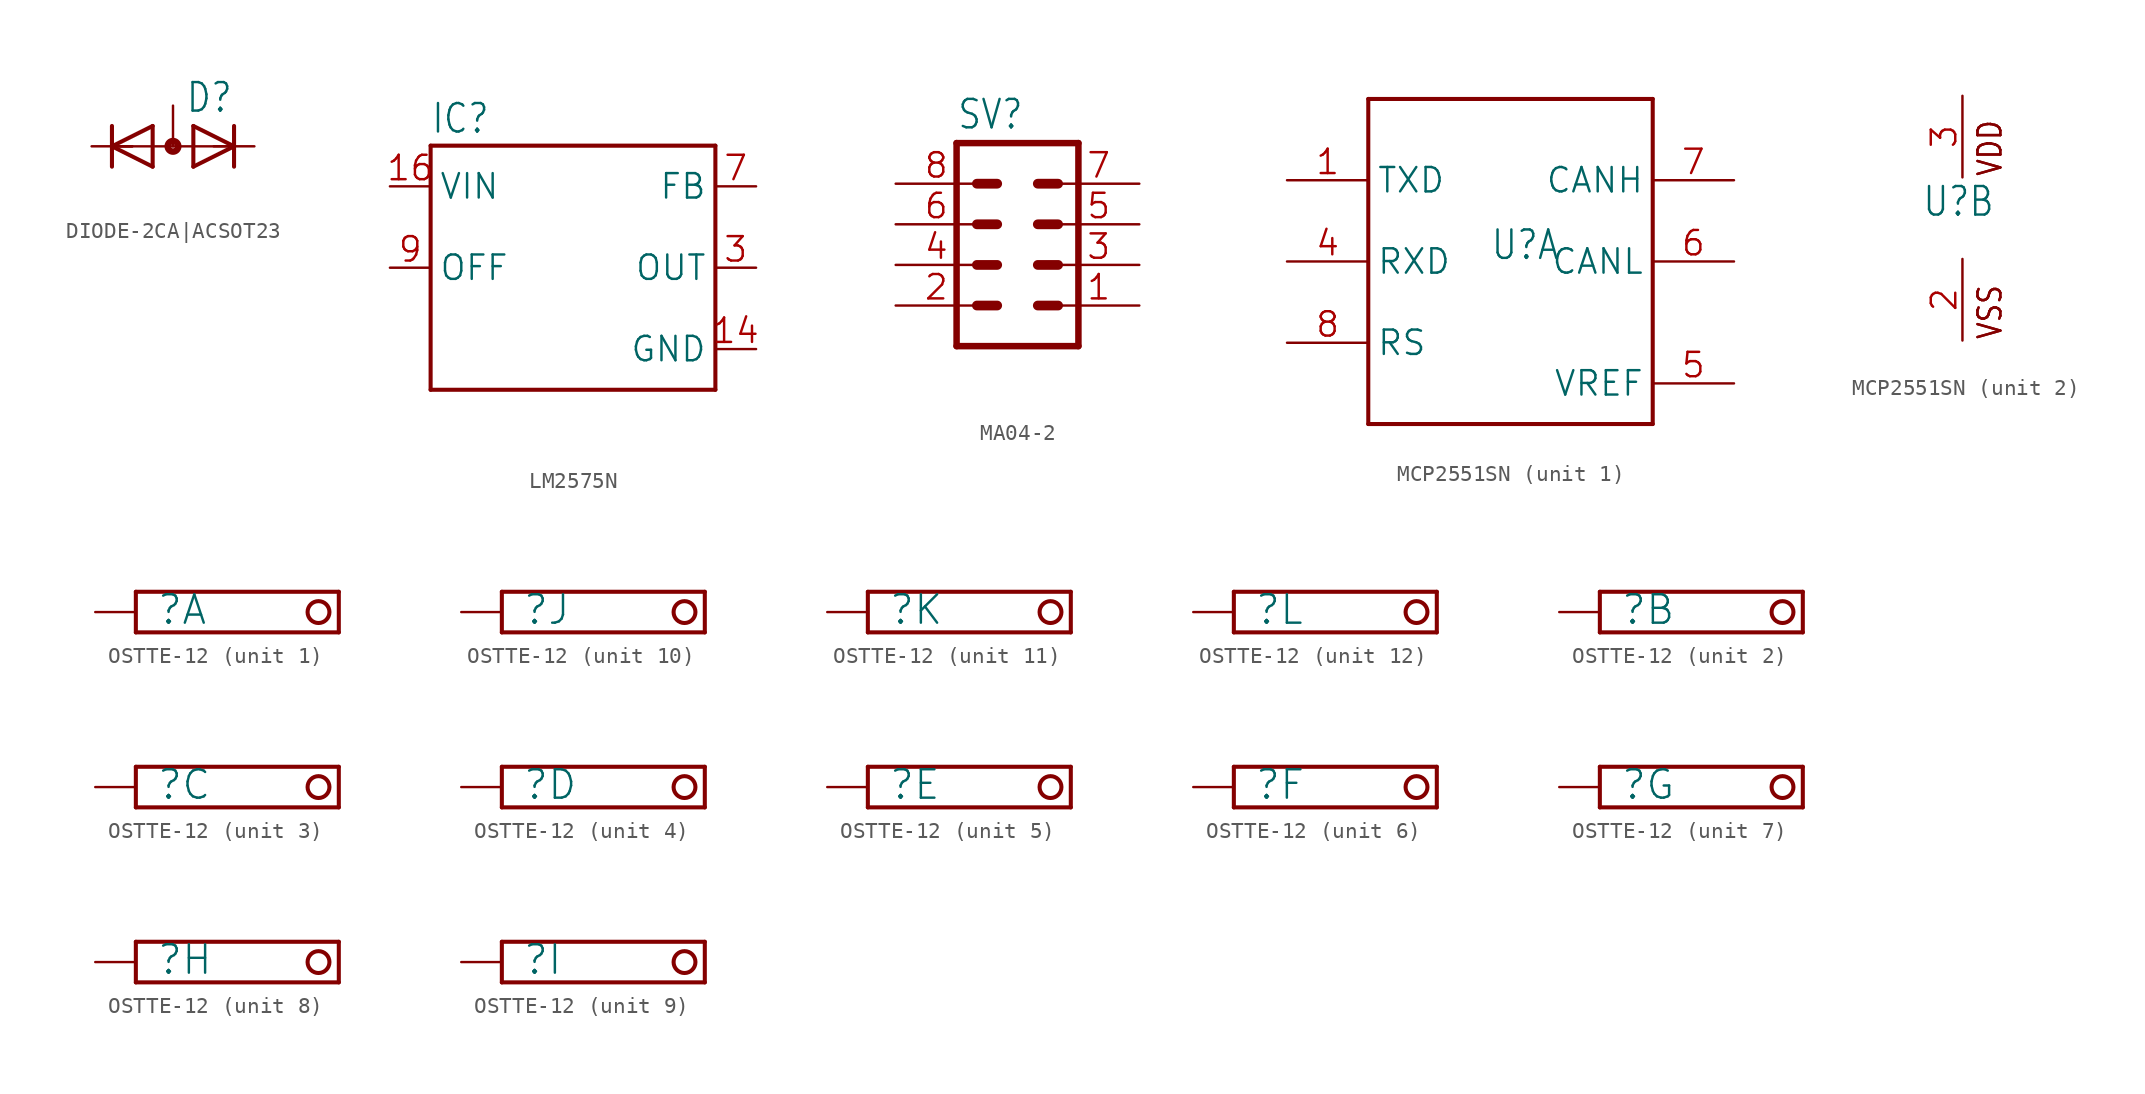
<source format=kicad_sym>
(kicad_symbol_lib
  (version 20241209)
  (generator "kicad_symbol_editor")
  (generator_version "9.0")
  (symbol "DIODE-2CA|ACSOT23"
    (property "Reference" "D"
      (at 0.762 2.007 0)
      (effects (font (size 1.778 1.511)) (justify left bottom)))
    (property "Value" ""
      (at -4.826 -3.454 0)
      (effects (font (size 1.778 1.511)) (justify left bottom)))
    (property "ki_locked" ""
      (at 0 0 0)
      (effects (font (size 1.27 1.27))))
    (symbol "DIODE-2CA|ACSOT23_1_0"
      (polyline (pts (xy -3.81 0) (xy -3.81 1.27)) (stroke (width 0.254) (type solid)) (fill (type none)))
      (polyline (pts (xy -3.81 0) (xy -1.27 -1.27)) (stroke (width 0.254) (type solid)) (fill (type none)))
      (polyline (pts (xy -3.81 0) (xy 3.81 0)) (stroke (width 0.152) (type solid)) (fill (type none)))
      (polyline (pts (xy -3.81 -1.27) (xy -3.81 0)) (stroke (width 0.254) (type solid)) (fill (type none)))
      (polyline (pts (xy -2.54 0) (xy -3.81 0)) (stroke (width 0.152) (type solid)) (fill (type none)))
      (polyline (pts (xy -1.27 1.27) (xy -3.81 0)) (stroke (width 0.254) (type solid)) (fill (type none)))
      (polyline (pts (xy -1.27 -1.27) (xy -1.27 1.27)) (stroke (width 0.254) (type solid)) (fill (type none)))
      (circle (center 0 0) (radius 0.127) (stroke (width 0.406) (type solid)) (fill (type none)))
      (polyline (pts (xy 1.27 1.27) (xy 3.81 0)) (stroke (width 0.254) (type solid)) (fill (type none)))
      (polyline (pts (xy 1.27 -1.27) (xy 1.27 1.27)) (stroke (width 0.254) (type solid)) (fill (type none)))
      (polyline (pts (xy 3.81 0) (xy 1.27 -1.27)) (stroke (width 0.254) (type solid)) (fill (type none)))
      (polyline (pts (xy 3.81 0) (xy 3.81 1.27)) (stroke (width 0.254) (type solid)) (fill (type none)))
      (polyline (pts (xy 3.81 -1.27) (xy 3.81 0)) (stroke (width 0.254) (type solid)) (fill (type none)))
      (pin passive line (at -5.08 0 0) (length 2.54) (name "K1" (effects (font (size 0 0)))) (number "1" (effects (font (size 0 0)))))
      (pin passive line (at 0 2.54 270) (length 2.54) (name "A" (effects (font (size 0 0)))) (number "3" (effects (font (size 0 0)))))
      (pin passive line (at 5.08 0 180) (length 2.54) (name "K2" (effects (font (size 0 0)))) (number "2" (effects (font (size 0 0)))))))
  (symbol "LM2575N"
    (property "Reference" "IC"
      (at -7.62 8.28 0)
      (effects (font (size 1.778 1.511)) (justify left bottom)))
    (property "Value" ""
      (at -7.62 -10.16 0)
      (effects (font (size 1.778 1.511)) (justify left bottom)))
    (property "ki_locked" ""
      (at 0 0 0)
      (effects (font (size 1.27 1.27))))
    (symbol "LM2575N_1_0"
      (polyline (pts (xy -7.62 7.62) (xy -7.62 -7.62)) (stroke (width 0.254) (type solid)) (fill (type none)))
      (polyline (pts (xy -7.62 -7.62) (xy 10.16 -7.62)) (stroke (width 0.254) (type solid)) (fill (type none)))
      (polyline (pts (xy 10.16 7.62) (xy -7.62 7.62)) (stroke (width 0.254) (type solid)) (fill (type none)))
      (polyline (pts (xy 10.16 -7.62) (xy 10.16 7.62)) (stroke (width 0.254) (type solid)) (fill (type none)))
      (pin power_in line (at -10.16 5.08 0) (length 2.54) (name "VIN" (effects (font (size 1.524 1.524)))) (number "16" (effects (font (size 1.524 1.524)))))
      (pin input line (at -10.16 0 0) (length 2.54) (name "OFF" (effects (font (size 1.524 1.524)))) (number "9" (effects (font (size 1.524 1.524)))))
      (pin input line (at 12.7 5.08 180) (length 2.54) (name "FB" (effects (font (size 1.524 1.524)))) (number "7" (effects (font (size 1.524 1.524)))))
      (pin output line (at 12.7 0 180) (length 2.54) (name "OUT" (effects (font (size 1.524 1.524)))) (number "3" (effects (font (size 1.524 1.524)))))
      (pin power_in line (at 12.7 -5.08 180) (length 2.54) (name "GND" (effects (font (size 1.524 1.524)))) (number "14" (effects (font (size 1.524 1.524)))))))
  (symbol "MA04-2"
    (property "Reference" "SV"
      (at -3.81 5.842 0)
      (effects (font (size 1.778 1.511)) (justify left bottom)))
    (property "Value" ""
      (at -3.81 -10.16 0)
      (effects (font (size 1.778 1.511)) (justify left bottom)))
    (property "ki_locked" ""
      (at 0 0 0)
      (effects (font (size 1.27 1.27))))
    (symbol "MA04-2_1_0"
      (polyline (pts (xy -3.81 5.08) (xy -3.81 -7.62)) (stroke (width 0.406) (type solid)) (fill (type none)))
      (polyline (pts (xy -3.81 5.08) (xy 3.81 5.08)) (stroke (width 0.406) (type solid)) (fill (type none)))
      (polyline (pts (xy -2.54 2.54) (xy -1.27 2.54)) (stroke (width 0.61) (type solid)) (fill (type none)))
      (polyline (pts (xy -2.54 0) (xy -1.27 0)) (stroke (width 0.61) (type solid)) (fill (type none)))
      (polyline (pts (xy -2.54 -2.54) (xy -1.27 -2.54)) (stroke (width 0.61) (type solid)) (fill (type none)))
      (polyline (pts (xy -2.54 -5.08) (xy -1.27 -5.08)) (stroke (width 0.61) (type solid)) (fill (type none)))
      (polyline (pts (xy 1.27 2.54) (xy 2.54 2.54)) (stroke (width 0.61) (type solid)) (fill (type none)))
      (polyline (pts (xy 1.27 0) (xy 2.54 0)) (stroke (width 0.61) (type solid)) (fill (type none)))
      (polyline (pts (xy 1.27 -2.54) (xy 2.54 -2.54)) (stroke (width 0.61) (type solid)) (fill (type none)))
      (polyline (pts (xy 1.27 -5.08) (xy 2.54 -5.08)) (stroke (width 0.61) (type solid)) (fill (type none)))
      (polyline (pts (xy 3.81 -7.62) (xy -3.81 -7.62)) (stroke (width 0.406) (type solid)) (fill (type none)))
      (polyline (pts (xy 3.81 -7.62) (xy 3.81 5.08)) (stroke (width 0.406) (type solid)) (fill (type none)))
      (pin passive line (at -7.62 2.54 0) (length 5.08) (name "8" (effects (font (size 0 0)))) (number "8" (effects (font (size 1.524 1.524)))))
      (pin passive line (at -7.62 0 0) (length 5.08) (name "6" (effects (font (size 0 0)))) (number "6" (effects (font (size 1.524 1.524)))))
      (pin passive line (at -7.62 -2.54 0) (length 5.08) (name "4" (effects (font (size 0 0)))) (number "4" (effects (font (size 1.524 1.524)))))
      (pin passive line (at -7.62 -5.08 0) (length 5.08) (name "2" (effects (font (size 0 0)))) (number "2" (effects (font (size 1.524 1.524)))))
      (pin passive line (at 7.62 2.54 180) (length 5.08) (name "7" (effects (font (size 0 0)))) (number "7" (effects (font (size 1.524 1.524)))))
      (pin passive line (at 7.62 0 180) (length 5.08) (name "5" (effects (font (size 0 0)))) (number "5" (effects (font (size 1.524 1.524)))))
      (pin passive line (at 7.62 -2.54 180) (length 5.08) (name "3" (effects (font (size 0 0)))) (number "3" (effects (font (size 1.524 1.524)))))
      (pin passive line (at 7.62 -5.08 180) (length 5.08) (name "1" (effects (font (size 0 0)))) (number "1" (effects (font (size 1.524 1.524)))))))
  (symbol "MCP2551SN"
    (property "Reference" "U"
      (at -2.54 0 0)
      (effects (font (size 1.778 1.511)) (justify left bottom)))
    (property "ki_locked" ""
      (at 0 0 0)
      (effects (font (size 1.27 1.27))))
    (symbol "MCP2551SN_1_0"
      (polyline (pts (xy -10.16 10.16) (xy -10.16 -10.16)) (stroke (width 0.254) (type solid)) (fill (type none)))
      (polyline (pts (xy -10.16 -10.16) (xy 7.62 -10.16)) (stroke (width 0.254) (type solid)) (fill (type none)))
      (polyline (pts (xy 7.62 10.16) (xy -10.16 10.16)) (stroke (width 0.254) (type solid)) (fill (type none)))
      (polyline (pts (xy 7.62 -10.16) (xy 7.62 10.16)) (stroke (width 0.254) (type solid)) (fill (type none)))
      (pin input line (at -15.24 5.08 0) (length 5.08) (name "TXD" (effects (font (size 1.524 1.524)))) (number "1" (effects (font (size 1.524 1.524)))))
      (pin output line (at -15.24 0 0) (length 5.08) (name "RXD" (effects (font (size 1.524 1.524)))) (number "4" (effects (font (size 1.524 1.524)))))
      (pin input line (at -15.24 -5.08 0) (length 5.08) (name "RS" (effects (font (size 1.524 1.524)))) (number "8" (effects (font (size 1.524 1.524)))))
      (pin bidirectional line (at 12.7 5.08 180) (length 5.08) (name "CANH" (effects (font (size 1.524 1.524)))) (number "7" (effects (font (size 1.524 1.524)))))
      (pin bidirectional line (at 12.7 0 180) (length 5.08) (name "CANL" (effects (font (size 1.524 1.524)))) (number "6" (effects (font (size 1.524 1.524)))))
      (pin power_in line (at 12.7 -7.62 180) (length 5.08) (name "VREF" (effects (font (size 1.524 1.524)))) (number "5" (effects (font (size 1.524 1.524))))))
    (symbol "MCP2551SN_2_0"
      (text "VDD" (at 2.54 2.54 900) (effects (font (size 1.422 1.209)) (justify left bottom)))
      (text "VDD" (at 2.54 2.54 900) (effects (font (size 1.422 1.209)) (justify left bottom)))
      (text "VSS" (at 2.54 -7.62 900) (effects (font (size 1.422 1.209)) (justify left bottom)))
      (text "VSS" (at 2.54 -7.62 900) (effects (font (size 1.422 1.209)) (justify left bottom)))
      (pin power_in line (at 0 7.62 270) (length 5.08) (name "VDD" (effects (font (size 0 0)))) (number "3" (effects (font (size 1.524 1.524)))))
      (pin power_in line (at 0 -7.62 90) (length 5.08) (name "VSS" (effects (font (size 0 0)))) (number "2" (effects (font (size 1.524 1.524)))))))
  (symbol "OSTTE-12"
    (property "Reference" ""
      (at -3.81 -0.889 0)
      (effects (font (size 1.778 1.778)) (justify left bottom)))
    (property "Value" ""
      (at -5.08 1.651 0)
      (effects (font (size 1.778 1.778)) (justify left bottom)))
    (property "ki_locked" ""
      (at 0 0 0)
      (effects (font (size 1.27 1.27))))
    (symbol "OSTTE-12_1_0"
      (polyline (pts (xy -5.08 1.27) (xy 7.62 1.27)) (stroke (width 0.254) (type solid)) (fill (type none)))
      (polyline (pts (xy -5.08 -1.27) (xy -5.08 1.27)) (stroke (width 0.254) (type solid)) (fill (type none)))
      (circle (center 6.35 0) (radius 0.684) (stroke (width 0.254) (type solid)) (fill (type none)))
      (polyline (pts (xy 7.62 -1.27) (xy -5.08 -1.27)) (stroke (width 0.254) (type solid)) (fill (type none)))
      (polyline (pts (xy 7.62 -1.27) (xy 7.62 1.27)) (stroke (width 0.254) (type solid)) (fill (type none)))
      (pin passive line (at -7.62 0 0) (length 2.54) (name "K" (effects (font (size 0 0)))) (number "1" (effects (font (size 0 0))))))
    (symbol "OSTTE-12_2_0"
      (polyline (pts (xy -5.08 1.27) (xy 7.62 1.27)) (stroke (width 0.254) (type solid)) (fill (type none)))
      (polyline (pts (xy -5.08 -1.27) (xy -5.08 1.27)) (stroke (width 0.254) (type solid)) (fill (type none)))
      (circle (center 6.35 0) (radius 0.684) (stroke (width 0.254) (type solid)) (fill (type none)))
      (polyline (pts (xy 7.62 -1.27) (xy -5.08 -1.27)) (stroke (width 0.254) (type solid)) (fill (type none)))
      (polyline (pts (xy 7.62 -1.27) (xy 7.62 1.27)) (stroke (width 0.254) (type solid)) (fill (type none)))
      (pin passive line (at -7.62 0 0) (length 2.54) (name "K" (effects (font (size 0 0)))) (number "10" (effects (font (size 0 0))))))
    (symbol "OSTTE-12_3_0"
      (polyline (pts (xy -5.08 1.27) (xy 7.62 1.27)) (stroke (width 0.254) (type solid)) (fill (type none)))
      (polyline (pts (xy -5.08 -1.27) (xy -5.08 1.27)) (stroke (width 0.254) (type solid)) (fill (type none)))
      (circle (center 6.35 0) (radius 0.684) (stroke (width 0.254) (type solid)) (fill (type none)))
      (polyline (pts (xy 7.62 -1.27) (xy -5.08 -1.27)) (stroke (width 0.254) (type solid)) (fill (type none)))
      (polyline (pts (xy 7.62 -1.27) (xy 7.62 1.27)) (stroke (width 0.254) (type solid)) (fill (type none)))
      (pin passive line (at -7.62 0 0) (length 2.54) (name "K" (effects (font (size 0 0)))) (number "11" (effects (font (size 0 0))))))
    (symbol "OSTTE-12_4_0"
      (polyline (pts (xy -5.08 1.27) (xy 7.62 1.27)) (stroke (width 0.254) (type solid)) (fill (type none)))
      (polyline (pts (xy -5.08 -1.27) (xy -5.08 1.27)) (stroke (width 0.254) (type solid)) (fill (type none)))
      (circle (center 6.35 0) (radius 0.684) (stroke (width 0.254) (type solid)) (fill (type none)))
      (polyline (pts (xy 7.62 -1.27) (xy -5.08 -1.27)) (stroke (width 0.254) (type solid)) (fill (type none)))
      (polyline (pts (xy 7.62 -1.27) (xy 7.62 1.27)) (stroke (width 0.254) (type solid)) (fill (type none)))
      (pin passive line (at -7.62 0 0) (length 2.54) (name "K" (effects (font (size 0 0)))) (number "12" (effects (font (size 0 0))))))
    (symbol "OSTTE-12_5_0"
      (polyline (pts (xy -5.08 1.27) (xy 7.62 1.27)) (stroke (width 0.254) (type solid)) (fill (type none)))
      (polyline (pts (xy -5.08 -1.27) (xy -5.08 1.27)) (stroke (width 0.254) (type solid)) (fill (type none)))
      (circle (center 6.35 0) (radius 0.684) (stroke (width 0.254) (type solid)) (fill (type none)))
      (polyline (pts (xy 7.62 -1.27) (xy -5.08 -1.27)) (stroke (width 0.254) (type solid)) (fill (type none)))
      (polyline (pts (xy 7.62 -1.27) (xy 7.62 1.27)) (stroke (width 0.254) (type solid)) (fill (type none)))
      (pin passive line (at -7.62 0 0) (length 2.54) (name "K" (effects (font (size 0 0)))) (number "2" (effects (font (size 0 0))))))
    (symbol "OSTTE-12_6_0"
      (polyline (pts (xy -5.08 1.27) (xy 7.62 1.27)) (stroke (width 0.254) (type solid)) (fill (type none)))
      (polyline (pts (xy -5.08 -1.27) (xy -5.08 1.27)) (stroke (width 0.254) (type solid)) (fill (type none)))
      (circle (center 6.35 0) (radius 0.684) (stroke (width 0.254) (type solid)) (fill (type none)))
      (polyline (pts (xy 7.62 -1.27) (xy -5.08 -1.27)) (stroke (width 0.254) (type solid)) (fill (type none)))
      (polyline (pts (xy 7.62 -1.27) (xy 7.62 1.27)) (stroke (width 0.254) (type solid)) (fill (type none)))
      (pin passive line (at -7.62 0 0) (length 2.54) (name "K" (effects (font (size 0 0)))) (number "3" (effects (font (size 0 0))))))
    (symbol "OSTTE-12_7_0"
      (polyline (pts (xy -5.08 1.27) (xy 7.62 1.27)) (stroke (width 0.254) (type solid)) (fill (type none)))
      (polyline (pts (xy -5.08 -1.27) (xy -5.08 1.27)) (stroke (width 0.254) (type solid)) (fill (type none)))
      (circle (center 6.35 0) (radius 0.684) (stroke (width 0.254) (type solid)) (fill (type none)))
      (polyline (pts (xy 7.62 -1.27) (xy -5.08 -1.27)) (stroke (width 0.254) (type solid)) (fill (type none)))
      (polyline (pts (xy 7.62 -1.27) (xy 7.62 1.27)) (stroke (width 0.254) (type solid)) (fill (type none)))
      (pin passive line (at -7.62 0 0) (length 2.54) (name "K" (effects (font (size 0 0)))) (number "4" (effects (font (size 0 0))))))
    (symbol "OSTTE-12_8_0"
      (polyline (pts (xy -5.08 1.27) (xy 7.62 1.27)) (stroke (width 0.254) (type solid)) (fill (type none)))
      (polyline (pts (xy -5.08 -1.27) (xy -5.08 1.27)) (stroke (width 0.254) (type solid)) (fill (type none)))
      (circle (center 6.35 0) (radius 0.684) (stroke (width 0.254) (type solid)) (fill (type none)))
      (polyline (pts (xy 7.62 -1.27) (xy -5.08 -1.27)) (stroke (width 0.254) (type solid)) (fill (type none)))
      (polyline (pts (xy 7.62 -1.27) (xy 7.62 1.27)) (stroke (width 0.254) (type solid)) (fill (type none)))
      (pin passive line (at -7.62 0 0) (length 2.54) (name "K" (effects (font (size 0 0)))) (number "5" (effects (font (size 0 0))))))
    (symbol "OSTTE-12_9_0"
      (polyline (pts (xy -5.08 1.27) (xy 7.62 1.27)) (stroke (width 0.254) (type solid)) (fill (type none)))
      (polyline (pts (xy -5.08 -1.27) (xy -5.08 1.27)) (stroke (width 0.254) (type solid)) (fill (type none)))
      (circle (center 6.35 0) (radius 0.684) (stroke (width 0.254) (type solid)) (fill (type none)))
      (polyline (pts (xy 7.62 -1.27) (xy -5.08 -1.27)) (stroke (width 0.254) (type solid)) (fill (type none)))
      (polyline (pts (xy 7.62 -1.27) (xy 7.62 1.27)) (stroke (width 0.254) (type solid)) (fill (type none)))
      (pin passive line (at -7.62 0 0) (length 2.54) (name "K" (effects (font (size 0 0)))) (number "6" (effects (font (size 0 0))))))
    (symbol "OSTTE-12_10_0"
      (polyline (pts (xy -5.08 1.27) (xy 7.62 1.27)) (stroke (width 0.254) (type solid)) (fill (type none)))
      (polyline (pts (xy -5.08 -1.27) (xy -5.08 1.27)) (stroke (width 0.254) (type solid)) (fill (type none)))
      (circle (center 6.35 0) (radius 0.684) (stroke (width 0.254) (type solid)) (fill (type none)))
      (polyline (pts (xy 7.62 -1.27) (xy -5.08 -1.27)) (stroke (width 0.254) (type solid)) (fill (type none)))
      (polyline (pts (xy 7.62 -1.27) (xy 7.62 1.27)) (stroke (width 0.254) (type solid)) (fill (type none)))
      (pin passive line (at -7.62 0 0) (length 2.54) (name "K" (effects (font (size 0 0)))) (number "7" (effects (font (size 0 0))))))
    (symbol "OSTTE-12_11_0"
      (polyline (pts (xy -5.08 1.27) (xy 7.62 1.27)) (stroke (width 0.254) (type solid)) (fill (type none)))
      (polyline (pts (xy -5.08 -1.27) (xy -5.08 1.27)) (stroke (width 0.254) (type solid)) (fill (type none)))
      (circle (center 6.35 0) (radius 0.684) (stroke (width 0.254) (type solid)) (fill (type none)))
      (polyline (pts (xy 7.62 -1.27) (xy -5.08 -1.27)) (stroke (width 0.254) (type solid)) (fill (type none)))
      (polyline (pts (xy 7.62 -1.27) (xy 7.62 1.27)) (stroke (width 0.254) (type solid)) (fill (type none)))
      (pin passive line (at -7.62 0 0) (length 2.54) (name "K" (effects (font (size 0 0)))) (number "8" (effects (font (size 0 0))))))
    (symbol "OSTTE-12_12_0"
      (polyline (pts (xy -5.08 1.27) (xy 7.62 1.27)) (stroke (width 0.254) (type solid)) (fill (type none)))
      (polyline (pts (xy -5.08 -1.27) (xy -5.08 1.27)) (stroke (width 0.254) (type solid)) (fill (type none)))
      (circle (center 6.35 0) (radius 0.684) (stroke (width 0.254) (type solid)) (fill (type none)))
      (polyline (pts (xy 7.62 -1.27) (xy -5.08 -1.27)) (stroke (width 0.254) (type solid)) (fill (type none)))
      (polyline (pts (xy 7.62 -1.27) (xy 7.62 1.27)) (stroke (width 0.254) (type solid)) (fill (type none)))
      (pin passive line (at -7.62 0 0) (length 2.54) (name "K" (effects (font (size 0 0)))) (number "9" (effects (font (size 0 0))))))))
</source>
